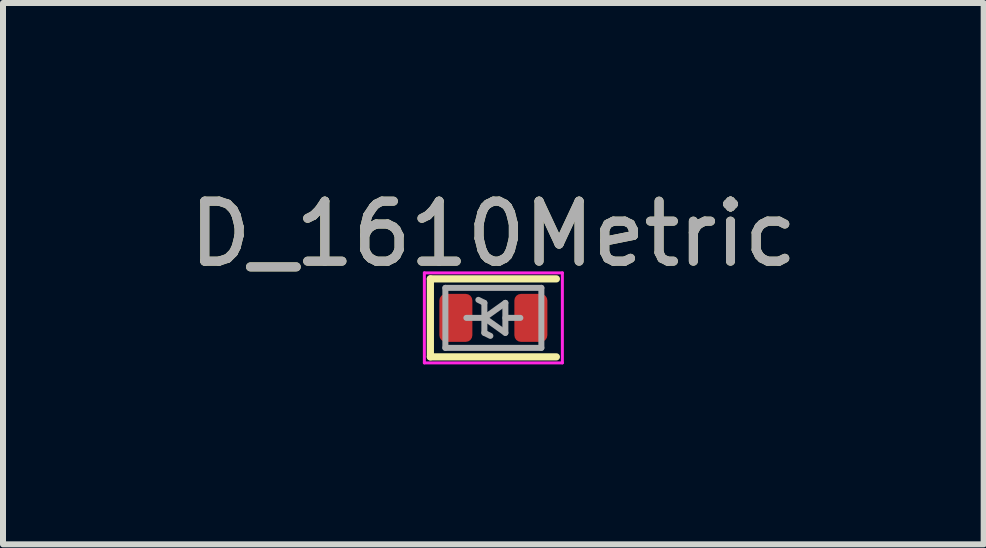
<source format=kicad_pcb>
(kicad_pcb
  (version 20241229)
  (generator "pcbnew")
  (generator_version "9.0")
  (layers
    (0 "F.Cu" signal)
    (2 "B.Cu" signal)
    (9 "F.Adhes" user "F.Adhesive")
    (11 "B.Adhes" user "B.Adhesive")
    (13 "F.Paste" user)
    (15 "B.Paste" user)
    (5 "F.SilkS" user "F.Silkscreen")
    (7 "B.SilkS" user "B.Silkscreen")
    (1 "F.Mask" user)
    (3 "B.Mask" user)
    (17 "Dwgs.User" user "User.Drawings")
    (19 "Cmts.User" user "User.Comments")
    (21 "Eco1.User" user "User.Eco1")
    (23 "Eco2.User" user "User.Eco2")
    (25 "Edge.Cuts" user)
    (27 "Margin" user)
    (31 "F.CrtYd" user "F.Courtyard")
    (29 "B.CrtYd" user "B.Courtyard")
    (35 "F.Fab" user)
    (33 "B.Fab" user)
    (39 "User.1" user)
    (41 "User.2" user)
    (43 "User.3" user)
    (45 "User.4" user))
  (footprint "D_1610Metric"
    (layer "F.Cu")
    (at 5.173 2.248)
    (property "Reference" "D_1610Metric" (at 0 -1.4 0) (layer "F.SilkS") (effects (font (size 1 1) (thickness 0.15))))
    (attr smd)
    (fp_line (start -1.05 -0.65) (end -1.05 0.65) (stroke (width 0.12) (type solid)) (layer "F.SilkS"))
    (fp_line (start -1.05 -0.65) (end 1.05 -0.65) (stroke (width 0.12) (type solid)) (layer "F.SilkS"))
    (fp_line (start -1.05 0.65) (end 1.05 0.65) (stroke (width 0.12) (type solid)) (layer "F.SilkS"))
    (fp_line (start -1.15 -0.75) (end -1.15 0.75) (stroke (width 0.05) (type solid)) (layer "F.CrtYd"))
    (fp_line (start -1.15 -0.75) (end 1.15 -0.75) (stroke (width 0.05) (type solid)) (layer "F.CrtYd"))
    (fp_line (start -1.15 0.75) (end 1.15 0.75) (stroke (width 0.05) (type solid)) (layer "F.CrtYd"))
    (fp_line (start 1.15 -0.75) (end 1.15 0.75) (stroke (width 0.05) (type solid)) (layer "F.CrtYd"))
    (fp_line (start -0.8 -0.5) (end 0.8 -0.5) (stroke (width 0.1) (type solid)) (layer "F.Fab"))
    (fp_line (start -0.8 0.5) (end -0.8 -0.5) (stroke (width 0.1) (type solid)) (layer "F.Fab"))
    (fp_line (start -0.2 0) (end -0.45 0) (stroke (width 0.1) (type solid)) (layer "F.Fab"))
    (fp_line (start -0.15 -0.25) (end -0.25 -0.3) (stroke (width 0.1) (type solid)) (layer "F.Fab"))
    (fp_line (start -0.15 -0.25) (end -0.15 0.25) (stroke (width 0.1) (type solid)) (layer "F.Fab"))
    (fp_line (start -0.15 0) (end 0.2 -0.25) (stroke (width 0.1) (type solid)) (layer "F.Fab"))
    (fp_line (start -0.15 0.25) (end -0.05 0.3) (stroke (width 0.1) (type solid)) (layer "F.Fab"))
    (fp_line (start 0.2 -0.25) (end 0.2 0.25) (stroke (width 0.1) (type solid)) (layer "F.Fab"))
    (fp_line (start 0.2 0) (end 0.45 0) (stroke (width 0.1) (type solid)) (layer "F.Fab"))
    (fp_line (start 0.2 0.25) (end -0.15 0) (stroke (width 0.1) (type solid)) (layer "F.Fab"))
    (fp_line (start 0.8 -0.5) (end 0.8 0.5) (stroke (width 0.1) (type solid)) (layer "F.Fab"))
    (fp_line (start 0.8 0.5) (end -0.8 0.5) (stroke (width 0.1) (type solid)) (layer "F.Fab"))
    (fp_text user "${REFERENCE}" (at 0 -1.4 0) (layer "F.Fab") (effects (font (size 1 1) (thickness 0.15))))
    (pad "1" smd roundrect (at -0.625 0) (size 0.55 0.8) (layers "F.Cu" "F.Mask" "F.Paste") (roundrect_rratio 0.2))
    (pad "2" smd roundrect (at 0.625 0) (size 0.55 0.8) (layers "F.Cu" "F.Mask" "F.Paste") (roundrect_rratio 0.2)))
  (gr_rect
    (start -3 -3)
    (end 13.345 6.023)
    (stroke (width 0.1) (type default))
    (fill no)
    (layer "Edge.Cuts")))
</source>
